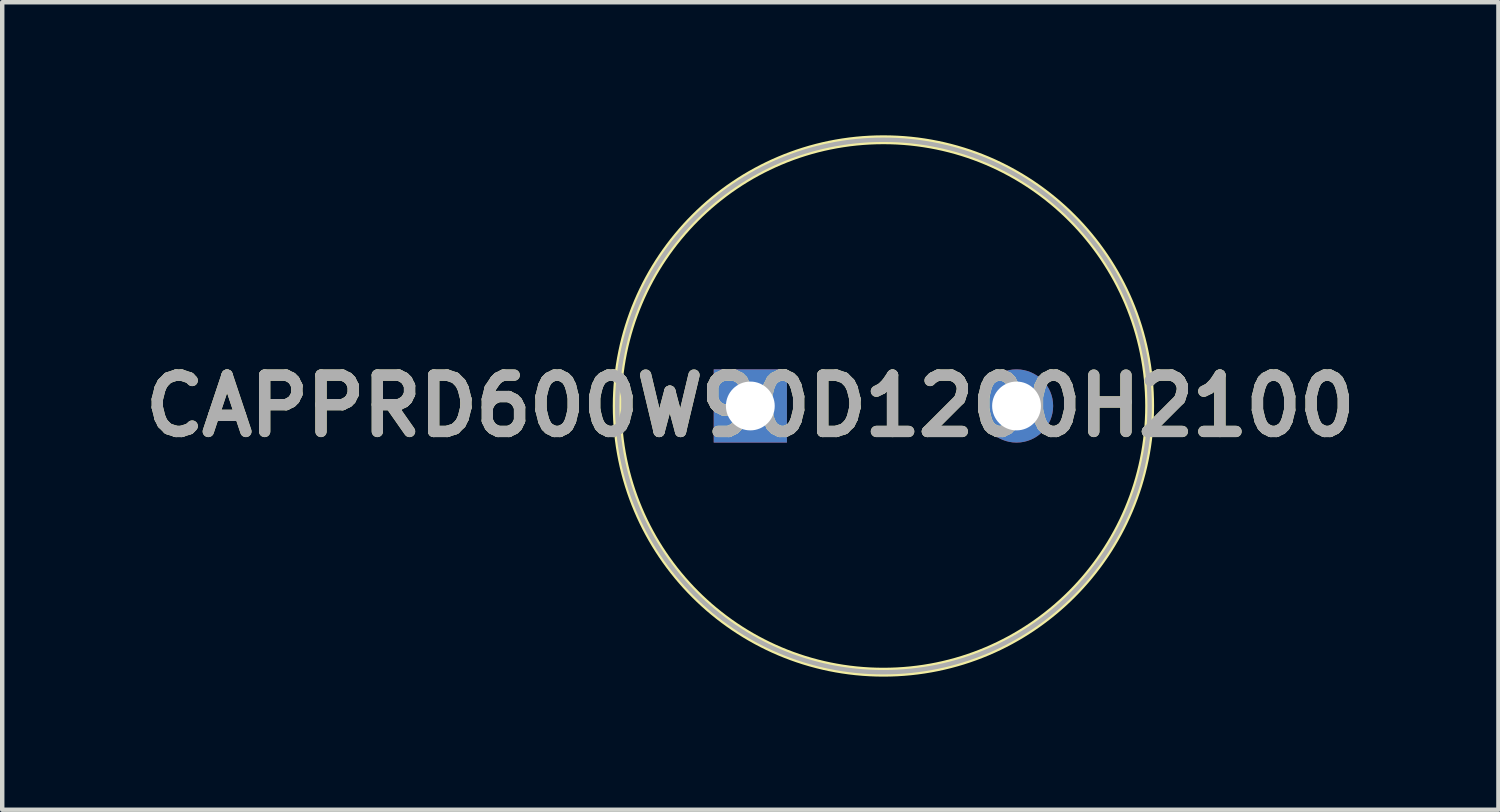
<source format=kicad_pcb>
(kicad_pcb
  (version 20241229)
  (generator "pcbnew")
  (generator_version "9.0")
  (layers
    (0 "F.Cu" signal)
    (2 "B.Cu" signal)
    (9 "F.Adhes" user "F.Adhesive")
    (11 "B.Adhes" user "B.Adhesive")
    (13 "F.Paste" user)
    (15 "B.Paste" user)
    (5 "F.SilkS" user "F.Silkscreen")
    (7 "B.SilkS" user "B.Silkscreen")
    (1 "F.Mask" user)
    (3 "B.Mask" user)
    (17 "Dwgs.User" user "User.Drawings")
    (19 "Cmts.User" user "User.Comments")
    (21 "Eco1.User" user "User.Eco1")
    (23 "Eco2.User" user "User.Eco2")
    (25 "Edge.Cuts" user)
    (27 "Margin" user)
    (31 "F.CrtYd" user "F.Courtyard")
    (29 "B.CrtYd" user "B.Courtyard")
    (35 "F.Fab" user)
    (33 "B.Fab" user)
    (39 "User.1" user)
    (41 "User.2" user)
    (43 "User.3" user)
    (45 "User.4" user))
  (footprint "CAPPRD600W90D1200H2100"
    (layer "F.Cu")
    (at 13.861 6.1)
    (property "Reference" "CAPPRD600W90D1200H2100" (at 0 0 0) (layer "F.SilkS") (effects (font (size 1.27 1.27) (thickness 0.254))))
    (attr through_hole)
    (fp_circle (center 3 0) (end 3 6) (stroke (width 0.2) (type solid)) (fill no) (layer "F.SilkS"))
    (fp_circle (center 3 0) (end 3 6) (stroke (width 0.1) (type solid)) (fill no) (layer "F.Fab"))
    (fp_text user "${REFERENCE}" (at 0 0 0) (layer "F.Fab") (effects (font (size 1.27 1.27) (thickness 0.254))))
    (pad "1" thru_hole rect (at 0 0) (size 1.65 1.65) (drill 1.1) (layers "*.Cu" "*.Mask"))
    (pad "2" thru_hole circle (at 6 0) (size 1.65 1.65) (drill 1.1) (layers "*.Cu" "*.Mask")))
  (gr_rect
    (start -3 -3)
    (end 30.722 15.2)
    (stroke (width 0.1) (type default))
    (fill no)
    (layer "Edge.Cuts")))
</source>
